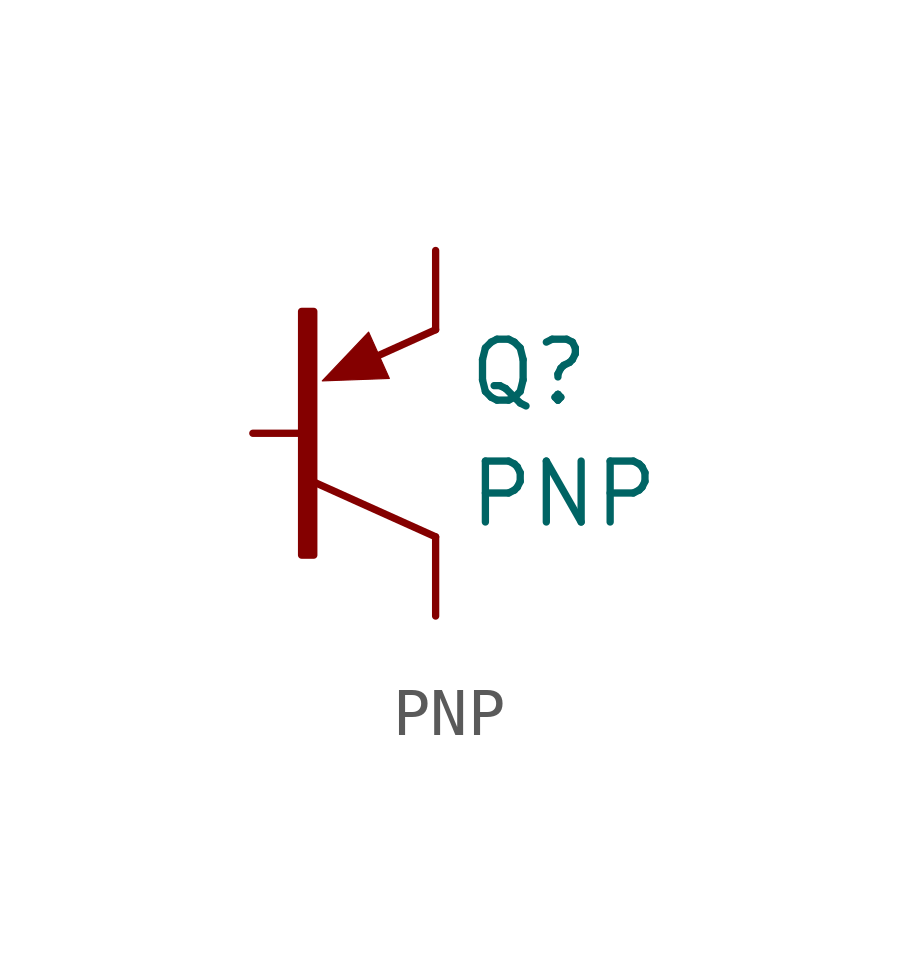
<source format=kicad_sym>
(kicad_symbol_lib
  (version 20211014)
  (generator kicad_symbol_editor)
  (symbol "PNP"
    (pin_numbers hide)
    (pin_names
      (offset 1.016))
    (property "Reference" "Q"
      (at 0.635 1.27 0)
      (effects (font (size 1.27 1.27)) (justify left)))
    (property "Value" "PNP"
      (at 0.635 -1.27 0)
      (effects (font (size 1.27 1.27)) (justify left)))
    (symbol "PNP_0_1"
      (rectangle (start -2.794 2.54) (end -2.54 -2.54) (stroke (width 0) (type default) (color 0 0 0 0)) (fill (type outline)))
      (polyline (pts (xy 0 -2.159) (xy -2.54 -1.016)) (stroke (width 0) (type default) (color 0 0 0 0)) (fill (type none)))
      (polyline (pts (xy 0 2.159) (xy -1.575 1.448)) (stroke (width 0) (type default) (color 0 0 0 0)) (fill (type none)))
      (polyline (pts (xy -2.362 1.092) (xy -0.965 1.143) (xy -1.397 2.108) (xy -2.362 1.092)) (stroke (width 0.025) (type default) (color 0 0 0 0)) (fill (type outline))))
    (symbol "PNP_1_1"
      (pin input line (at -3.81 0 0) (length 1.016) (name "~" (effects (font (size 1.27 1.27)))) (number "B" (effects (font (size 0.762 0.762)))))
      (pin input line (at 0 -3.81 90) (length 1.651) (name "~" (effects (font (size 1.27 1.27)))) (number "C" (effects (font (size 0.762 0.762)))))
      (pin input line (at 0 3.81 270) (length 1.651) (name "~" (effects (font (size 1.27 1.27)))) (number "E" (effects (font (size 0.762 0.762))))))))
</source>
